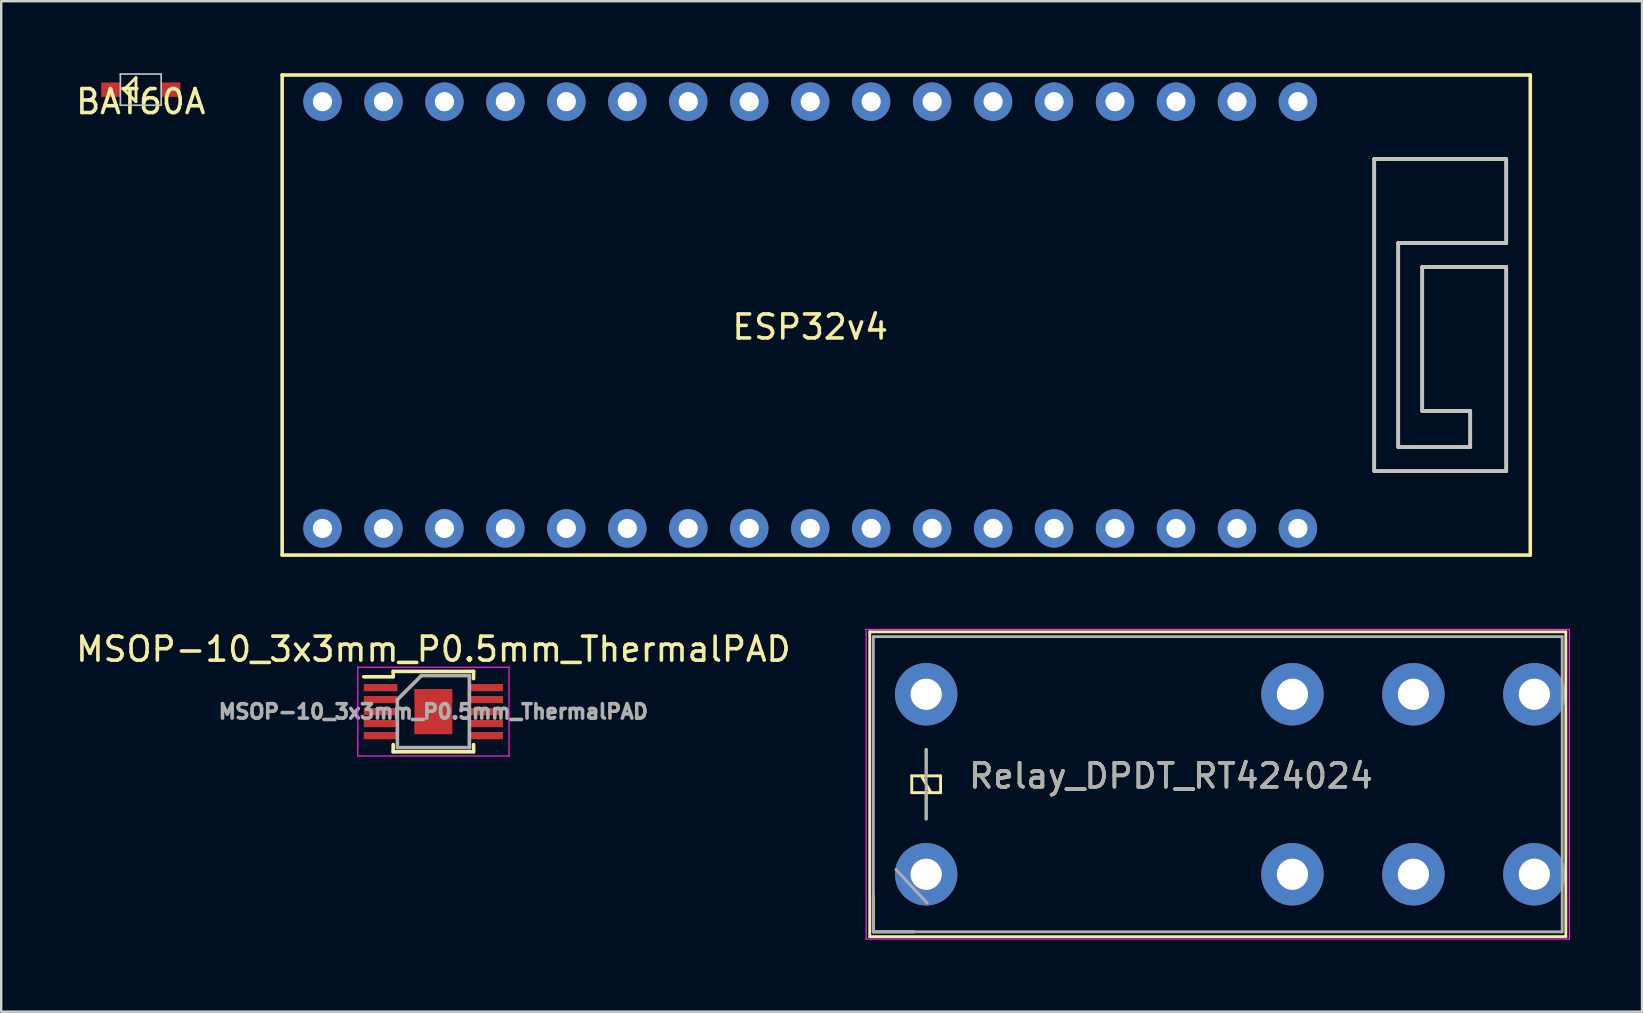
<source format=kicad_pcb>
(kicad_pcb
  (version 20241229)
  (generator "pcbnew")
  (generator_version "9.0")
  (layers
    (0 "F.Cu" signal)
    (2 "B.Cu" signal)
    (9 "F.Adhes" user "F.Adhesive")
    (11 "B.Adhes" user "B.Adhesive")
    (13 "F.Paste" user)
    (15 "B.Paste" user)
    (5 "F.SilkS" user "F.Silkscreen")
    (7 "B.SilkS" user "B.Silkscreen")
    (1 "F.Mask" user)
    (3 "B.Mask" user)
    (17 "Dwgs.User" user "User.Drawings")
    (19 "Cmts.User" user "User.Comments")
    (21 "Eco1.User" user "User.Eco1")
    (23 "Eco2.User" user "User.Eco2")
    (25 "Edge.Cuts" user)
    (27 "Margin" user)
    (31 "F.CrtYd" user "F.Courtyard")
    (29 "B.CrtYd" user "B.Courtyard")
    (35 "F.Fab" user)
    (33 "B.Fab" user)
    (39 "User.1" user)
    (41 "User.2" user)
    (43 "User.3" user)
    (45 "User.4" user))
  (footprint "MSOP-10_3x3mm_P0.5mm_ThermalPAD"
    (layer "F.Cu")
    (at 15.006 26.598)
    (property "Reference" "MSOP-10_3x3mm_P0.5mm_ThermalPAD" (at 0 -2.6 0) (layer "F.SilkS") (effects (font (size 1 1) (thickness 0.15))))
    (attr smd)
    (fp_line (start -1.675 -1.675) (end -1.675 -1.45) (stroke (width 0.15) (type solid)) (layer "F.SilkS"))
    (fp_line (start -1.675 -1.675) (end 1.675 -1.675) (stroke (width 0.15) (type solid)) (layer "F.SilkS"))
    (fp_line (start -1.675 -1.45) (end -2.9 -1.45) (stroke (width 0.15) (type solid)) (layer "F.SilkS"))
    (fp_line (start -1.675 1.675) (end -1.675 1.375) (stroke (width 0.15) (type solid)) (layer "F.SilkS"))
    (fp_line (start -1.675 1.675) (end 1.675 1.675) (stroke (width 0.15) (type solid)) (layer "F.SilkS"))
    (fp_line (start 1.675 -1.675) (end 1.675 -1.375) (stroke (width 0.15) (type solid)) (layer "F.SilkS"))
    (fp_line (start 1.675 1.675) (end 1.675 1.375) (stroke (width 0.15) (type solid)) (layer "F.SilkS"))
    (fp_line (start -3.15 -1.85) (end -3.15 1.85) (stroke (width 0.05) (type solid)) (layer "F.CrtYd"))
    (fp_line (start -3.15 -1.85) (end 3.15 -1.85) (stroke (width 0.05) (type solid)) (layer "F.CrtYd"))
    (fp_line (start -3.15 1.85) (end 3.15 1.85) (stroke (width 0.05) (type solid)) (layer "F.CrtYd"))
    (fp_line (start 3.15 -1.85) (end 3.15 1.85) (stroke (width 0.05) (type solid)) (layer "F.CrtYd"))
    (fp_line (start -1.5 -0.5) (end -0.5 -1.5) (stroke (width 0.15) (type solid)) (layer "F.Fab"))
    (fp_line (start -1.5 1.5) (end -1.5 -0.5) (stroke (width 0.15) (type solid)) (layer "F.Fab"))
    (fp_line (start -0.5 -1.5) (end 1.5 -1.5) (stroke (width 0.15) (type solid)) (layer "F.Fab"))
    (fp_line (start 1.5 -1.5) (end 1.5 1.5) (stroke (width 0.15) (type solid)) (layer "F.Fab"))
    (fp_line (start 1.5 1.5) (end -1.5 1.5) (stroke (width 0.15) (type solid)) (layer "F.Fab"))
    (fp_text user "${REFERENCE}" (at 0 0 0) (layer "F.Fab") (effects (font (size 0.6 0.6) (thickness 0.15))))
    (pad "" smd rect (at 0 0) (size 1.57 1.88) (layers "F.Cu" "F.Mask"))
    (pad "1" smd rect (at -2.2 -1) (size 1.4 0.3) (layers "F.Cu" "F.Mask" "F.Paste"))
    (pad "2" smd rect (at -2.2 -0.5) (size 1.4 0.3) (layers "F.Cu" "F.Mask" "F.Paste"))
    (pad "3" smd rect (at -2.2 0) (size 1.4 0.3) (layers "F.Cu" "F.Mask" "F.Paste"))
    (pad "4" smd rect (at -2.2 0.5) (size 1.4 0.3) (layers "F.Cu" "F.Mask" "F.Paste"))
    (pad "5" smd rect (at -2.2 1) (size 1.4 0.3) (layers "F.Cu" "F.Mask" "F.Paste"))
    (pad "6" smd rect (at 2.2 1) (size 1.4 0.3) (layers "F.Cu" "F.Mask" "F.Paste"))
    (pad "7" smd rect (at 2.2 0.5) (size 1.4 0.3) (layers "F.Cu" "F.Mask" "F.Paste"))
    (pad "8" smd rect (at 2.2 0) (size 1.4 0.3) (layers "F.Cu" "F.Mask" "F.Paste"))
    (pad "9" smd rect (at 2.2 -0.5) (size 1.4 0.3) (layers "F.Cu" "F.Mask" "F.Paste"))
    (pad "10" smd rect (at 0 -0.66) (size 1.57 0.55) (layers "F.Cu" "F.Mask" "F.Paste"))
    (pad "10" smd rect (at 0 0.66) (size 1.57 0.55) (layers "F.Cu" "F.Mask" "F.Paste"))
    (pad "10" smd rect (at 2.2 -1) (size 1.4 0.3) (layers "F.Cu" "F.Mask" "F.Paste")))
  (footprint "ESP32v4"
    (layer "F.Cu")
    (at 30.706 10.075)
    (property "Reference" "ESP32v4" (at 0 0.5 0) (layer "F.SilkS") (effects (font (size 1 1) (thickness 0.15))))
    (attr through_hole)
    (fp_line (start -22 -10) (end 30 -10) (stroke (width 0.15) (type solid)) (layer "F.SilkS"))
    (fp_line (start -22 10) (end -22 -10) (stroke (width 0.15) (type solid)) (layer "F.SilkS"))
    (fp_line (start 23.5 -6.5) (end 23.5 6.5) (stroke (width 0.15) (type solid)) (layer "F.SilkS"))
    (fp_line (start 23.5 6.5) (end 29 6.5) (stroke (width 0.15) (type solid)) (layer "F.SilkS"))
    (fp_line (start 24.5 -3) (end 29 -3) (stroke (width 0.15) (type solid)) (layer "F.SilkS"))
    (fp_line (start 24.5 5.5) (end 24.5 -3) (stroke (width 0.15) (type solid)) (layer "F.SilkS"))
    (fp_line (start 25.5 -2) (end 25.5 4) (stroke (width 0.15) (type solid)) (layer "F.SilkS"))
    (fp_line (start 25.5 4) (end 27.5 4) (stroke (width 0.15) (type solid)) (layer "F.SilkS"))
    (fp_line (start 27.5 4) (end 27.5 5.5) (stroke (width 0.15) (type solid)) (layer "F.SilkS"))
    (fp_line (start 27.5 5.5) (end 24.5 5.5) (stroke (width 0.15) (type solid)) (layer "F.SilkS"))
    (fp_line (start 29 -6.5) (end 23.5 -6.5) (stroke (width 0.15) (type solid)) (layer "F.SilkS"))
    (fp_line (start 29 -3) (end 29 -6.5) (stroke (width 0.15) (type solid)) (layer "F.SilkS"))
    (fp_line (start 29 -2) (end 25.5 -2) (stroke (width 0.15) (type solid)) (layer "F.SilkS"))
    (fp_line (start 29 6.5) (end 29 -2) (stroke (width 0.15) (type solid)) (layer "F.SilkS"))
    (fp_line (start 30 -10) (end 30 10) (stroke (width 0.15) (type solid)) (layer "F.SilkS"))
    (fp_line (start 30 10) (end -22 10) (stroke (width 0.15) (type solid)) (layer "F.SilkS"))
    (fp_poly (pts (xy 23.5 -6.5) (xy 29 -6.5) (xy 29 -3) (xy 24.5 -3) (xy 24.5 5.5) (xy 27.5 5.5) (xy 27.5 4) (xy 25.5 4) (xy 25.5 -2) (xy 29 -2) (xy 29 6.5) (xy 23.5 6.5)) (stroke (width 0.15) (type solid)) (fill no) (layer "Dwgs.User"))
    (pad "1" thru_hole circle (at -20.32 8.89) (size 1.6 1.6) (drill 0.8) (layers "*.Cu" "*.Mask"))
    (pad "2" thru_hole circle (at -17.78 8.89) (size 1.6 1.6) (drill 0.8) (layers "*.Cu" "*.Mask"))
    (pad "3" thru_hole circle (at -15.24 8.89) (size 1.6 1.6) (drill 0.8) (layers "*.Cu" "*.Mask"))
    (pad "4" thru_hole circle (at -12.7 8.89) (size 1.6 1.6) (drill 0.8) (layers "*.Cu" "*.Mask"))
    (pad "5" thru_hole circle (at -10.16 8.89) (size 1.6 1.6) (drill 0.8) (layers "*.Cu" "*.Mask"))
    (pad "6" thru_hole circle (at -7.62 8.89) (size 1.6 1.6) (drill 0.8) (layers "*.Cu" "*.Mask"))
    (pad "7" thru_hole circle (at -5.08 8.89) (size 1.6 1.6) (drill 0.8) (layers "*.Cu" "*.Mask"))
    (pad "8" thru_hole circle (at -2.54 8.89) (size 1.6 1.6) (drill 0.8) (layers "*.Cu" "*.Mask"))
    (pad "9" thru_hole circle (at 0 8.89) (size 1.6 1.6) (drill 0.8) (layers "*.Cu" "*.Mask"))
    (pad "10" thru_hole circle (at 2.54 8.89) (size 1.6 1.6) (drill 0.8) (layers "*.Cu" "*.Mask"))
    (pad "11" thru_hole circle (at 5.08 8.89) (size 1.6 1.6) (drill 0.8) (layers "*.Cu" "*.Mask"))
    (pad "12" thru_hole circle (at 7.62 8.89) (size 1.6 1.6) (drill 0.8) (layers "*.Cu" "*.Mask"))
    (pad "13" thru_hole circle (at 10.16 8.89) (size 1.6 1.6) (drill 0.8) (layers "*.Cu" "*.Mask"))
    (pad "14" thru_hole circle (at 12.7 8.89) (size 1.6 1.6) (drill 0.8) (layers "*.Cu" "*.Mask"))
    (pad "15" thru_hole circle (at 15.24 8.89) (size 1.6 1.6) (drill 0.8) (layers "*.Cu" "*.Mask"))
    (pad "16" thru_hole circle (at 17.78 8.89) (size 1.6 1.6) (drill 0.8) (layers "*.Cu" "*.Mask"))
    (pad "17" thru_hole circle (at 20.32 8.89) (size 1.6 1.6) (drill 0.8) (layers "*.Cu" "*.Mask"))
    (pad "18" thru_hole circle (at 20.32 -8.89) (size 1.6 1.6) (drill 0.8) (layers "*.Cu" "*.Mask"))
    (pad "19" thru_hole circle (at 17.78 -8.89) (size 1.6 1.6) (drill 0.8) (layers "*.Cu" "*.Mask"))
    (pad "20" thru_hole circle (at 15.24 -8.89) (size 1.6 1.6) (drill 0.8) (layers "*.Cu" "*.Mask"))
    (pad "21" thru_hole circle (at 12.7 -8.89) (size 1.6 1.6) (drill 0.8) (layers "*.Cu" "*.Mask"))
    (pad "22" thru_hole circle (at 10.16 -8.89) (size 1.6 1.6) (drill 0.8) (layers "*.Cu" "*.Mask"))
    (pad "23" thru_hole circle (at 7.62 -8.89) (size 1.6 1.6) (drill 0.8) (layers "*.Cu" "*.Mask"))
    (pad "24" thru_hole circle (at 5.08 -8.89) (size 1.6 1.6) (drill 0.8) (layers "*.Cu" "*.Mask"))
    (pad "25" thru_hole circle (at 2.54 -8.89) (size 1.6 1.6) (drill 0.8) (layers "*.Cu" "*.Mask"))
    (pad "26" thru_hole circle (at 0 -8.89) (size 1.6 1.6) (drill 0.8) (layers "*.Cu" "*.Mask"))
    (pad "27" thru_hole circle (at -2.54 -8.89) (size 1.6 1.6) (drill 0.8) (layers "*.Cu" "*.Mask"))
    (pad "28" thru_hole circle (at -5.08 -8.89) (size 1.6 1.6) (drill 0.8) (layers "*.Cu" "*.Mask"))
    (pad "29" thru_hole circle (at -7.62 -8.89) (size 1.6 1.6) (drill 0.8) (layers "*.Cu" "*.Mask"))
    (pad "30" thru_hole circle (at -10.16 -8.89) (size 1.6 1.6) (drill 0.8) (layers "*.Cu" "*.Mask"))
    (pad "31" thru_hole circle (at -12.7 -8.89) (size 1.6 1.6) (drill 0.8) (layers "*.Cu" "*.Mask"))
    (pad "32" thru_hole circle (at -15.24 -8.89) (size 1.6 1.6) (drill 0.8) (layers "*.Cu" "*.Mask"))
    (pad "33" thru_hole circle (at -17.78 -8.89) (size 1.6 1.6) (drill 0.8) (layers "*.Cu" "*.Mask"))
    (pad "34" thru_hole circle (at -20.32 -8.89) (size 1.6 1.6) (drill 0.8) (layers "*.Cu" "*.Mask")))
  (footprint "BAT60A"
    (layer "F.Cu")
    (at 2.815 0.685)
    (property "Reference" "BAT60A" (at 0 0.5 0) (layer "F.SilkS") (effects (font (size 1 1) (thickness 0.15))))
    (attr through_hole)
    (fp_line (start -0.7 0) (end -0.2 -0.5) (stroke (width 0.12) (type solid)) (layer "F.SilkS"))
    (fp_line (start -0.2 -0.5) (end -0.2 0.5) (stroke (width 0.12) (type solid)) (layer "F.SilkS"))
    (fp_line (start -0.2 0.5) (end -0.7 0) (stroke (width 0.12) (type solid)) (layer "F.SilkS"))
    (fp_line (start -0.85 -0.65) (end -0.85 0.65) (stroke (width 0.07) (type solid)) (layer "Dwgs.User"))
    (fp_line (start -0.85 0.65) (end 0.85 0.65) (stroke (width 0.07) (type solid)) (layer "Dwgs.User"))
    (fp_line (start 0.85 -0.65) (end -0.85 -0.65) (stroke (width 0.07) (type solid)) (layer "Dwgs.User"))
    (fp_line (start 0.85 0.65) (end 0.85 -0.65) (stroke (width 0.07) (type solid)) (layer "Dwgs.User"))
    (pad "1" smd rect (at -1.25 0) (size 0.8 0.6) (layers "F.Cu" "F.Mask" "F.Paste"))
    (pad "2" smd rect (at 1.25 0) (size 0.8 0.6) (layers "F.Cu" "F.Mask" "F.Paste")))
  (footprint "Relay_DPDT_RT424024"
    (layer "F.Cu")
    (at 35.537 33.375)
    (property "Reference" "Relay_DPDT_RT424024" (at 10.2 -4.1 0) (layer "F.SilkS") (effects (font (size 1 1) (thickness 0.15))))
    (attr through_hole)
    (fp_line (start -2.35 -10.1) (end 26.65 -10.1) (stroke (width 0.12) (type solid)) (layer "F.SilkS"))
    (fp_line (start -2.35 2.6) (end -2.35 -10.1) (stroke (width 0.12) (type solid)) (layer "F.SilkS"))
    (fp_line (start -2.2 2.4) (end -2.2 0.9) (stroke (width 0.12) (type solid)) (layer "F.SilkS"))
    (fp_line (start -0.6 -4.1) (end -0.6 -3.4) (stroke (width 0.12) (type solid)) (layer "F.SilkS"))
    (fp_line (start -0.6 -3.4) (end 0.6 -3.4) (stroke (width 0.12) (type solid)) (layer "F.SilkS"))
    (fp_line (start -0.5 2.4) (end -2.2 2.4) (stroke (width 0.12) (type solid)) (layer "F.SilkS"))
    (fp_line (start 0 -4.1) (end 0 -5.2) (stroke (width 0.12) (type solid)) (layer "F.SilkS"))
    (fp_line (start 0 -3.4) (end 0 -2.3) (stroke (width 0.12) (type solid)) (layer "F.SilkS"))
    (fp_line (start 0.2 -3.4) (end -0.2 -4.1) (stroke (width 0.12) (type solid)) (layer "F.SilkS"))
    (fp_line (start 0.6 -4.1) (end -0.6 -4.1) (stroke (width 0.12) (type solid)) (layer "F.SilkS"))
    (fp_line (start 0.6 -3.4) (end 0.6 -4.1) (stroke (width 0.12) (type solid)) (layer "F.SilkS"))
    (fp_line (start 26.65 2.6) (end -2.35 2.6) (stroke (width 0.12) (type solid)) (layer "F.SilkS"))
    (fp_line (start 26.65 2.6) (end 26.65 -10.1) (stroke (width 0.12) (type solid)) (layer "F.SilkS"))
    (fp_line (start -2.5 -10.2) (end -2.5 2.7) (stroke (width 0.05) (type solid)) (layer "F.CrtYd"))
    (fp_line (start -2.5 -10.2) (end 26.8 -10.2) (stroke (width 0.05) (type solid)) (layer "F.CrtYd"))
    (fp_line (start 26.8 2.7) (end -2.5 2.7) (stroke (width 0.05) (type solid)) (layer "F.CrtYd"))
    (fp_line (start 26.8 2.7) (end 26.8 -10.2) (stroke (width 0.05) (type solid)) (layer "F.CrtYd"))
    (fp_line (start -2.2 -9.9) (end -2.2 2.4) (stroke (width 0.12) (type solid)) (layer "F.Fab"))
    (fp_line (start -2.2 -9.9) (end 26.5 -9.9) (stroke (width 0.12) (type solid)) (layer "F.Fab"))
    (fp_line (start 0 -2.3) (end 0 -5.2) (stroke (width 0.12) (type solid)) (layer "F.Fab"))
    (fp_line (start 0.04 1.2) (end -1.26 -0.2) (stroke (width 0.12) (type solid)) (layer "F.Fab"))
    (fp_line (start 26.5 -9.9) (end 26.5 2.4) (stroke (width 0.12) (type solid)) (layer "F.Fab"))
    (fp_line (start 26.5 2.4) (end -2.2 2.4) (stroke (width 0.12) (type solid)) (layer "F.Fab"))
    (fp_text user "${REFERENCE}" (at 10.2 -4.1 180) (layer "F.Fab") (effects (font (size 1 1) (thickness 0.15))))
    (pad "11" thru_hole circle (at 20.3 -7.5 90) (size 2.6 2.6) (drill 1.3) (layers "*.Cu" "*.Mask"))
    (pad "12" thru_hole circle (at 15.26 -7.5 90) (size 2.6 2.6) (drill 1.3) (layers "*.Cu" "*.Mask"))
    (pad "14" thru_hole circle (at 25.34 -7.5 90) (size 2.6 2.6) (drill 1.3) (layers "*.Cu" "*.Mask"))
    (pad "21" thru_hole circle (at 20.3 0 90) (size 2.6 2.6) (drill 1.3) (layers "*.Cu" "*.Mask"))
    (pad "22" thru_hole circle (at 15.26 0 90) (size 2.6 2.6) (drill 1.3) (layers "*.Cu" "*.Mask"))
    (pad "24" thru_hole circle (at 25.34 0 90) (size 2.6 2.6) (drill 1.3) (layers "*.Cu" "*.Mask"))
    (pad "A1" thru_hole circle (at 0 -7.5 90) (size 2.6 2.6) (drill 1.3) (layers "*.Cu" "*.Mask"))
    (pad "A2" thru_hole circle (at 0 0 90) (size 2.6 2.6) (drill 1.3) (layers "*.Cu" "*.Mask")))
  (gr_rect
    (start -3 -3)
    (end 65.362 39.1)
    (stroke (width 0.1) (type default))
    (fill no)
    (layer "Edge.Cuts")))
</source>
